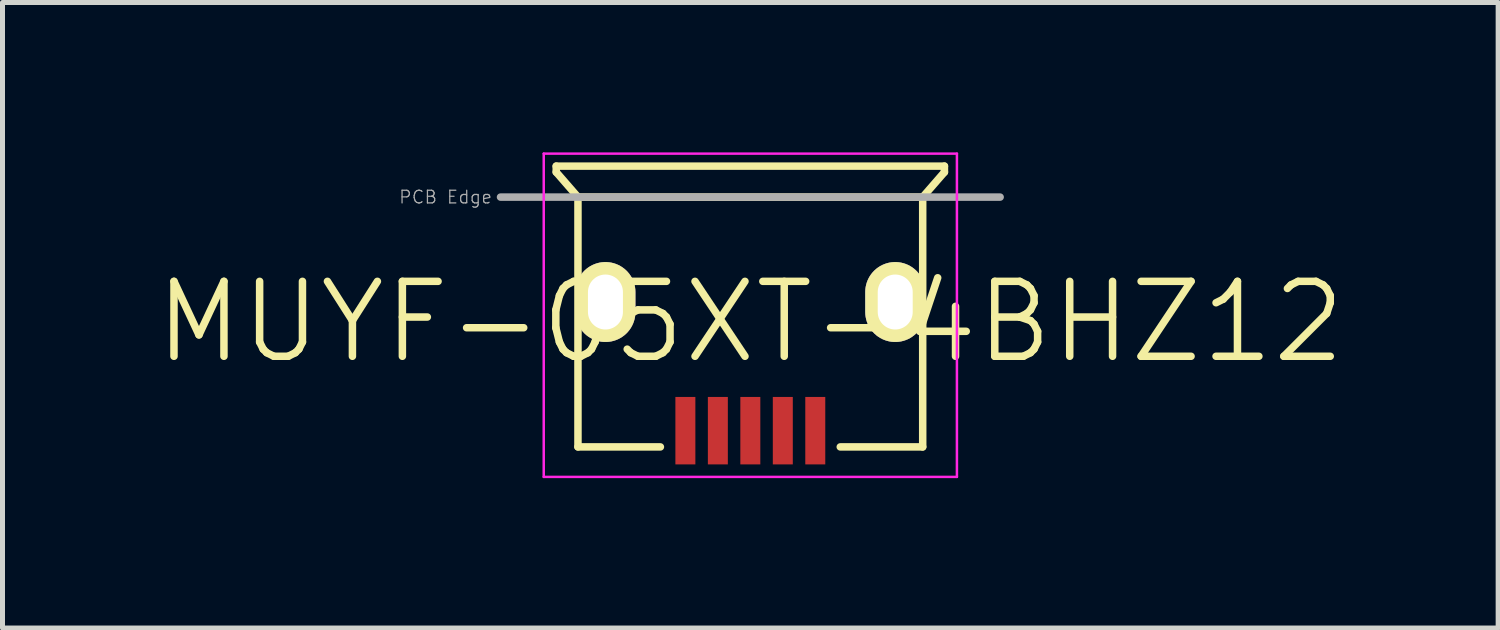
<source format=kicad_pcb>
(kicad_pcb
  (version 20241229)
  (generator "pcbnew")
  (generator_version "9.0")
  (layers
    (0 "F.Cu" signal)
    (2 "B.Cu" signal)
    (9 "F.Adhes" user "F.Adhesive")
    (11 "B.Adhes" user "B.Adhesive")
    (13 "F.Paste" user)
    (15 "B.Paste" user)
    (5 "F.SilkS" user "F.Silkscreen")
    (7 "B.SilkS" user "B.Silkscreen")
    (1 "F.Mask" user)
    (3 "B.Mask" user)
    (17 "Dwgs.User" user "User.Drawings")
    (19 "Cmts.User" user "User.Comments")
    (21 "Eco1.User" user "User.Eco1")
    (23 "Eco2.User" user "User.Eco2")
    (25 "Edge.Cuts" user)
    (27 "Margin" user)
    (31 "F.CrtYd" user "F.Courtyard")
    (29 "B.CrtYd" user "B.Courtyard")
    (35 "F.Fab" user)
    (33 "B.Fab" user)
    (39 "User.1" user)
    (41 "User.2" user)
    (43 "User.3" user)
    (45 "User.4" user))
  (footprint "MUYF-05XT-4BHZ12"
    (layer "F.Cu")
    (at 11.968 3.395)
    (property "Reference" "MUYF-05XT-4BHZ12" (at 0 0 0) (layer "F.SilkS") (effects (font (size 1.5 1.5) (thickness 0.15))))
    (attr smd)
    (fp_line (start -3.885 -3.12) (end -3.885 -3) (stroke (width 0.15) (type solid)) (layer "F.SilkS"))
    (fp_line (start -3.885 -3.12) (end 3.885 -3.12) (stroke (width 0.15) (type solid)) (layer "F.SilkS"))
    (fp_line (start -3.45 -2.5) (end -3.885 -3) (stroke (width 0.15) (type solid)) (layer "F.SilkS"))
    (fp_line (start -3.45 -2.5) (end -3.45 2.5) (stroke (width 0.15) (type solid)) (layer "F.SilkS"))
    (fp_line (start -3.45 2.5) (end -1.8 2.5) (stroke (width 0.15) (type solid)) (layer "F.SilkS"))
    (fp_line (start 1.8 2.5) (end 3.45 2.5) (stroke (width 0.15) (type solid)) (layer "F.SilkS"))
    (fp_line (start 3.45 -2.5) (end -3.45 -2.5) (stroke (width 0.15) (type solid)) (layer "F.SilkS"))
    (fp_line (start 3.45 2.5) (end 3.45 -2.5) (stroke (width 0.15) (type solid)) (layer "F.SilkS"))
    (fp_line (start 3.885 -3.12) (end 3.885 -3) (stroke (width 0.15) (type solid)) (layer "F.SilkS"))
    (fp_line (start 3.885 -3) (end 3.45 -2.5) (stroke (width 0.15) (type solid)) (layer "F.SilkS"))
    (fp_line (start -4.135 -3.37) (end -4.135 3.1) (stroke (width 0.05) (type solid)) (layer "F.CrtYd"))
    (fp_line (start -4.135 3.1) (end 4.135 3.1) (stroke (width 0.05) (type solid)) (layer "F.CrtYd"))
    (fp_line (start 4.135 -3.37) (end -4.135 -3.37) (stroke (width 0.05) (type solid)) (layer "F.CrtYd"))
    (fp_line (start 4.135 3.1) (end 4.135 -3.37) (stroke (width 0.05) (type solid)) (layer "F.CrtYd"))
    (fp_line (start -5 -2.5) (end 5 -2.5) (stroke (width 0.15) (type solid)) (layer "F.Fab"))
    (fp_text user "PCB Edge" (at -6.1 -2.5 0) (layer "F.Fab") (effects (font (size 0.254 0.254) (thickness 0.025))))
    (pad "1" smd rect (at 1.3 2.175) (size 0.4 1.35) (layers "F.Cu" "F.Mask" "F.Paste"))
    (pad "2" smd rect (at 0.65 2.175) (size 0.4 1.35) (layers "F.Cu" "F.Mask" "F.Paste"))
    (pad "3" smd rect (at 0 2.175) (size 0.4 1.35) (layers "F.Cu" "F.Mask" "F.Paste"))
    (pad "4" smd rect (at -0.65 2.175) (size 0.4 1.35) (layers "F.Cu" "F.Mask" "F.Paste"))
    (pad "5" smd rect (at -1.3 2.175) (size 0.4 1.35) (layers "F.Cu" "F.Mask" "F.Paste"))
    (pad "6" thru_hole oval (at 2.9 -0.4) (size 1.2 1.6) (drill oval 0.7 1.1) (layers "*.Cu" "*.Mask" "F.SilkS"))
    (pad "7" thru_hole oval (at -2.9 -0.4) (size 1.2 1.6) (drill oval 0.7 1.1) (layers "*.Cu" "*.Mask" "F.SilkS")))
  (gr_rect
    (start -3 -3)
    (end 26.936 9.52)
    (stroke (width 0.1) (type default))
    (fill no)
    (layer "Edge.Cuts")))
</source>
